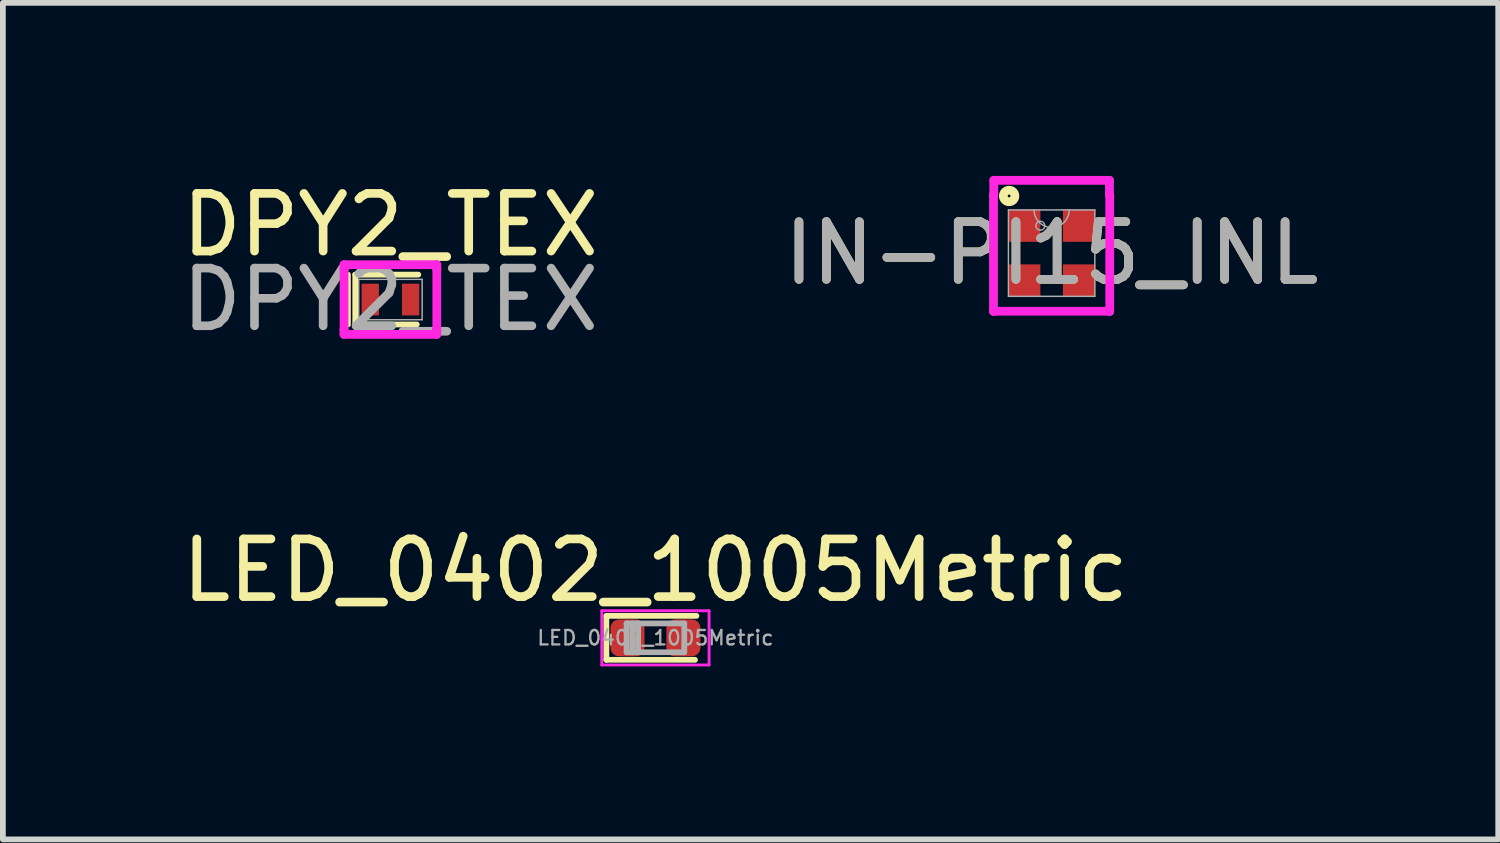
<source format=kicad_pcb>
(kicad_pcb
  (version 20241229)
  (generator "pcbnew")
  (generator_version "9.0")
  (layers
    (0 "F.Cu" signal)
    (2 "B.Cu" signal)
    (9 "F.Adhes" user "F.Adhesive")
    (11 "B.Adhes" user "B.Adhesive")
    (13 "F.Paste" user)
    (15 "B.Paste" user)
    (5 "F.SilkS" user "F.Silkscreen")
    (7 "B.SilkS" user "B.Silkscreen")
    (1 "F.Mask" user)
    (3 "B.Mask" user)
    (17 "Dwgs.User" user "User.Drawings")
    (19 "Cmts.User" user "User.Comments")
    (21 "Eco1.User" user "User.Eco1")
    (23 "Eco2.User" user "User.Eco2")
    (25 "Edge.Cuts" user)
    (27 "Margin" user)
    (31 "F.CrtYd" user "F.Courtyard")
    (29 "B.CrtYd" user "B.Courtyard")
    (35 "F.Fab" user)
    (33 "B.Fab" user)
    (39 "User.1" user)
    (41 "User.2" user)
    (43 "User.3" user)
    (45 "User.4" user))
  (footprint "DPY2_TEX"
    (layer "F.Cu")
    (at 3.72 2.144)
    (property "Reference" "DPY2_TEX" (at 0 -1.295 0) (unlocked yes) (layer "F.SilkS") (effects (font (size 1 1) (thickness 0.15))))
    (attr smd)
    (fp_line (start -0.737 -0.432) (end -0.737 0.432) (stroke (width 0.1) (type default)) (layer "F.SilkS"))
    (fp_line (start -0.61 -0.432) (end -0.61 0.432) (stroke (width 0.1) (type default)) (layer "F.SilkS"))
    (fp_line (start -0.61 0.432) (end 0.457 0.432) (stroke (width 0.1) (type default)) (layer "F.SilkS"))
    (fp_line (start 0.483 -0.432) (end -0.61 -0.432) (stroke (width 0.1) (type default)) (layer "F.SilkS"))
    (fp_line (start -0.804 -0.604) (end 0.804 -0.604) (stroke (width 0.152) (type solid)) (layer "F.CrtYd"))
    (fp_line (start -0.804 -0.529) (end -0.804 -0.604) (stroke (width 0.152) (type solid)) (layer "F.CrtYd"))
    (fp_line (start -0.804 -0.529) (end -0.804 -0.529) (stroke (width 0.152) (type solid)) (layer "F.CrtYd"))
    (fp_line (start -0.804 0.529) (end -0.804 -0.529) (stroke (width 0.152) (type solid)) (layer "F.CrtYd"))
    (fp_line (start -0.804 0.529) (end -0.804 0.529) (stroke (width 0.152) (type solid)) (layer "F.CrtYd"))
    (fp_line (start -0.804 0.604) (end -0.804 0.529) (stroke (width 0.152) (type solid)) (layer "F.CrtYd"))
    (fp_line (start 0.804 -0.604) (end 0.804 -0.529) (stroke (width 0.152) (type solid)) (layer "F.CrtYd"))
    (fp_line (start 0.804 -0.529) (end 0.804 -0.529) (stroke (width 0.152) (type solid)) (layer "F.CrtYd"))
    (fp_line (start 0.804 -0.529) (end 0.804 0.529) (stroke (width 0.152) (type solid)) (layer "F.CrtYd"))
    (fp_line (start 0.804 0.529) (end 0.804 0.529) (stroke (width 0.152) (type solid)) (layer "F.CrtYd"))
    (fp_line (start 0.804 0.529) (end 0.804 0.604) (stroke (width 0.152) (type solid)) (layer "F.CrtYd"))
    (fp_line (start 0.804 0.604) (end -0.804 0.604) (stroke (width 0.152) (type solid)) (layer "F.CrtYd"))
    (fp_line (start -0.55 -0.35) (end -0.55 0.35) (stroke (width 0.025) (type solid)) (layer "F.Fab"))
    (fp_line (start -0.55 0.35) (end 0.55 0.35) (stroke (width 0.025) (type solid)) (layer "F.Fab"))
    (fp_line (start 0.55 -0.35) (end -0.55 -0.35) (stroke (width 0.025) (type solid)) (layer "F.Fab"))
    (fp_line (start 0.55 0.35) (end 0.55 -0.35) (stroke (width 0.025) (type solid)) (layer "F.Fab"))
    (fp_text user "${REFERENCE}" (at 0 0 0) (unlocked yes) (layer "F.Fab") (effects (font (size 1 1) (thickness 0.15))))
    (pad "1" smd rect (at -0.35 0) (size 0.3 0.55) (layers "F.Cu" "F.Mask" "F.Paste"))
    (pad "2" smd rect (at 0.35 0) (size 0.3 0.55) (layers "F.Cu" "F.Mask" "F.Paste"))
    (zone (net_name "") (layer "F.Cu") (hatch full 0.508) (connect_pads) (min_thickness 0.254) (filled_areas_thickness no) (keepout (tracks not_allowed) (vias not_allowed) (pads allowed) (copperpour not_allowed) (footprints allowed)) (placement (enabled no)) (fill) (polygon (pts (xy 3.221 1.844) (xy 4.219 1.844) (xy 4.219 1.818) (xy 3.221 1.818))))
    (zone (net_name "") (layer "F.Cu") (hatch full 0.508) (connect_pads) (min_thickness 0.254) (filled_areas_thickness no) (keepout (tracks not_allowed) (vias not_allowed) (pads allowed) (copperpour not_allowed) (footprints allowed)) (placement (enabled no)) (fill) (polygon (pts (xy 3.221 2.469) (xy 4.219 2.469) (xy 4.219 2.443) (xy 3.221 2.443))))
    (zone (net_name "") (layer "F.Cu") (hatch full 0.508) (connect_pads) (min_thickness 0.254) (filled_areas_thickness no) (keepout (tracks not_allowed) (vias not_allowed) (pads allowed) (copperpour not_allowed) (footprints allowed)) (placement (enabled no)) (fill) (polygon (pts (xy 3.526 2.423) (xy 3.915 2.423) (xy 3.915 1.863) (xy 3.526 1.863)))))
  (footprint "LED_0402_1005Metric"
    (layer "F.Cu")
    (at 8.315 8.01)
    (property "Reference" "LED_0402_1005Metric" (at 0 -1.17 0) (layer "F.SilkS") (effects (font (size 1 1) (thickness 0.15))))
    (attr smd)
    (fp_line (start -0.851 -0.381) (end -0.851 0.381) (stroke (width 0.1) (type default)) (layer "F.SilkS"))
    (fp_line (start -0.851 0.381) (end 0.686 0.381) (stroke (width 0.1) (type default)) (layer "F.SilkS"))
    (fp_line (start 0.711 -0.381) (end -0.851 -0.381) (stroke (width 0.1) (type default)) (layer "F.SilkS"))
    (fp_line (start -0.93 -0.47) (end 0.93 -0.47) (stroke (width 0.05) (type solid)) (layer "F.CrtYd"))
    (fp_line (start -0.93 0.47) (end -0.93 -0.47) (stroke (width 0.05) (type solid)) (layer "F.CrtYd"))
    (fp_line (start 0.93 -0.47) (end 0.93 0.47) (stroke (width 0.05) (type solid)) (layer "F.CrtYd"))
    (fp_line (start 0.93 0.47) (end -0.93 0.47) (stroke (width 0.05) (type solid)) (layer "F.CrtYd"))
    (fp_line (start -0.5 -0.25) (end 0.5 -0.25) (stroke (width 0.1) (type solid)) (layer "F.Fab"))
    (fp_line (start -0.5 0.25) (end -0.5 -0.25) (stroke (width 0.1) (type solid)) (layer "F.Fab"))
    (fp_line (start -0.4 0.25) (end -0.4 -0.25) (stroke (width 0.1) (type solid)) (layer "F.Fab"))
    (fp_line (start -0.3 0.25) (end -0.3 -0.25) (stroke (width 0.1) (type solid)) (layer "F.Fab"))
    (fp_line (start 0.5 -0.25) (end 0.5 0.25) (stroke (width 0.1) (type solid)) (layer "F.Fab"))
    (fp_line (start 0.5 0.25) (end -0.5 0.25) (stroke (width 0.1) (type solid)) (layer "F.Fab"))
    (fp_text user "${REFERENCE}" (at 0 0 0) (layer "F.Fab") (effects (font (size 0.25 0.25) (thickness 0.04))))
    (pad "1" smd roundrect (at -0.485 0) (size 0.59 0.64) (layers "F.Cu" "F.Mask" "F.Paste") (roundrect_rratio 0.25))
    (pad "2" smd roundrect (at 0.485 0) (size 0.59 0.64) (layers "F.Cu" "F.Mask" "F.Paste") (roundrect_rratio 0.25)))
  (footprint "IN-PI15_INL"
    (layer "F.Cu")
    (at 15.185 1.339)
    (property "Reference" "IN-PI15_INL" (at 0 0 0) (unlocked yes) (layer "F.SilkS") (effects (font (size 1 1) (thickness 0.15))))
    (attr smd)
    (fp_circle (center -0.737 -0.991) (end -0.637 -0.991) (stroke (width 0.152) (type solid)) (fill no) (layer "F.SilkS"))
    (fp_line (start -1.008 -1.008) (end -1.003 -1.008) (stroke (width 0.152) (type solid)) (layer "F.CrtYd"))
    (fp_line (start -1.008 1.008) (end -1.008 -1.008) (stroke (width 0.152) (type solid)) (layer "F.CrtYd"))
    (fp_line (start -1.008 1.008) (end -1.003 1.008) (stroke (width 0.152) (type solid)) (layer "F.CrtYd"))
    (fp_line (start -1.003 -1.262) (end 1.003 -1.262) (stroke (width 0.152) (type solid)) (layer "F.CrtYd"))
    (fp_line (start -1.003 -1.008) (end -1.003 -1.262) (stroke (width 0.152) (type solid)) (layer "F.CrtYd"))
    (fp_line (start -1.003 1.008) (end -1.003 1.008) (stroke (width 0.152) (type solid)) (layer "F.CrtYd"))
    (fp_line (start 1.003 -1.262) (end 1.003 -1.008) (stroke (width 0.152) (type solid)) (layer "F.CrtYd"))
    (fp_line (start 1.003 1.008) (end -1.003 1.008) (stroke (width 0.152) (type solid)) (layer "F.CrtYd"))
    (fp_line (start 1.003 1.008) (end 1.003 1.008) (stroke (width 0.152) (type solid)) (layer "F.CrtYd"))
    (fp_line (start 1.008 -1.008) (end 1.003 -1.008) (stroke (width 0.152) (type solid)) (layer "F.CrtYd"))
    (fp_line (start 1.008 -1.008) (end 1.008 1.008) (stroke (width 0.152) (type solid)) (layer "F.CrtYd"))
    (fp_line (start 1.008 1.008) (end 1.003 1.008) (stroke (width 0.152) (type solid)) (layer "F.CrtYd"))
    (fp_line (start -0.749 -0.749) (end -0.749 0.749) (stroke (width 0.025) (type solid)) (layer "F.Fab"))
    (fp_line (start -0.749 0.749) (end 0.749 0.749) (stroke (width 0.025) (type solid)) (layer "F.Fab"))
    (fp_line (start 0.749 -0.749) (end -0.749 -0.749) (stroke (width 0.025) (type solid)) (layer "F.Fab"))
    (fp_line (start 0.749 0.749) (end 0.749 -0.749) (stroke (width 0.025) (type solid)) (layer "F.Fab"))
    (fp_arc (start 0.3048 -0.7493) (mid 0 -0.4445) (end -0.3048 -0.7493) (stroke (width 0.0254) (type solid)) (layer "F.Fab"))
    (fp_circle (center -0.196 -0.475) (end -0.119 -0.475) (stroke (width 0.025) (type solid)) (fill no) (layer "F.Fab"))
    (fp_text user "${REFERENCE}" (at 0 0 0) (unlocked yes) (layer "F.Fab") (effects (font (size 1 1) (thickness 0.15))))
    (pad "1" smd rect (at -0.475 -0.475) (size 0.559 0.559) (layers "F.Cu" "F.Mask" "F.Paste"))
    (pad "2" smd rect (at -0.475 0.475) (size 0.559 0.559) (layers "F.Cu" "F.Mask" "F.Paste"))
    (pad "3" smd rect (at 0.475 0.475) (size 0.559 0.559) (layers "F.Cu" "F.Mask" "F.Paste"))
    (pad "4" smd rect (at 0.475 -0.475) (size 0.559 0.559) (layers "F.Cu" "F.Mask" "F.Paste")))
  (gr_rect
    (start -3 -3)
    (end 22.929 11.505)
    (stroke (width 0.1) (type default))
    (fill no)
    (layer "Edge.Cuts")))
</source>
